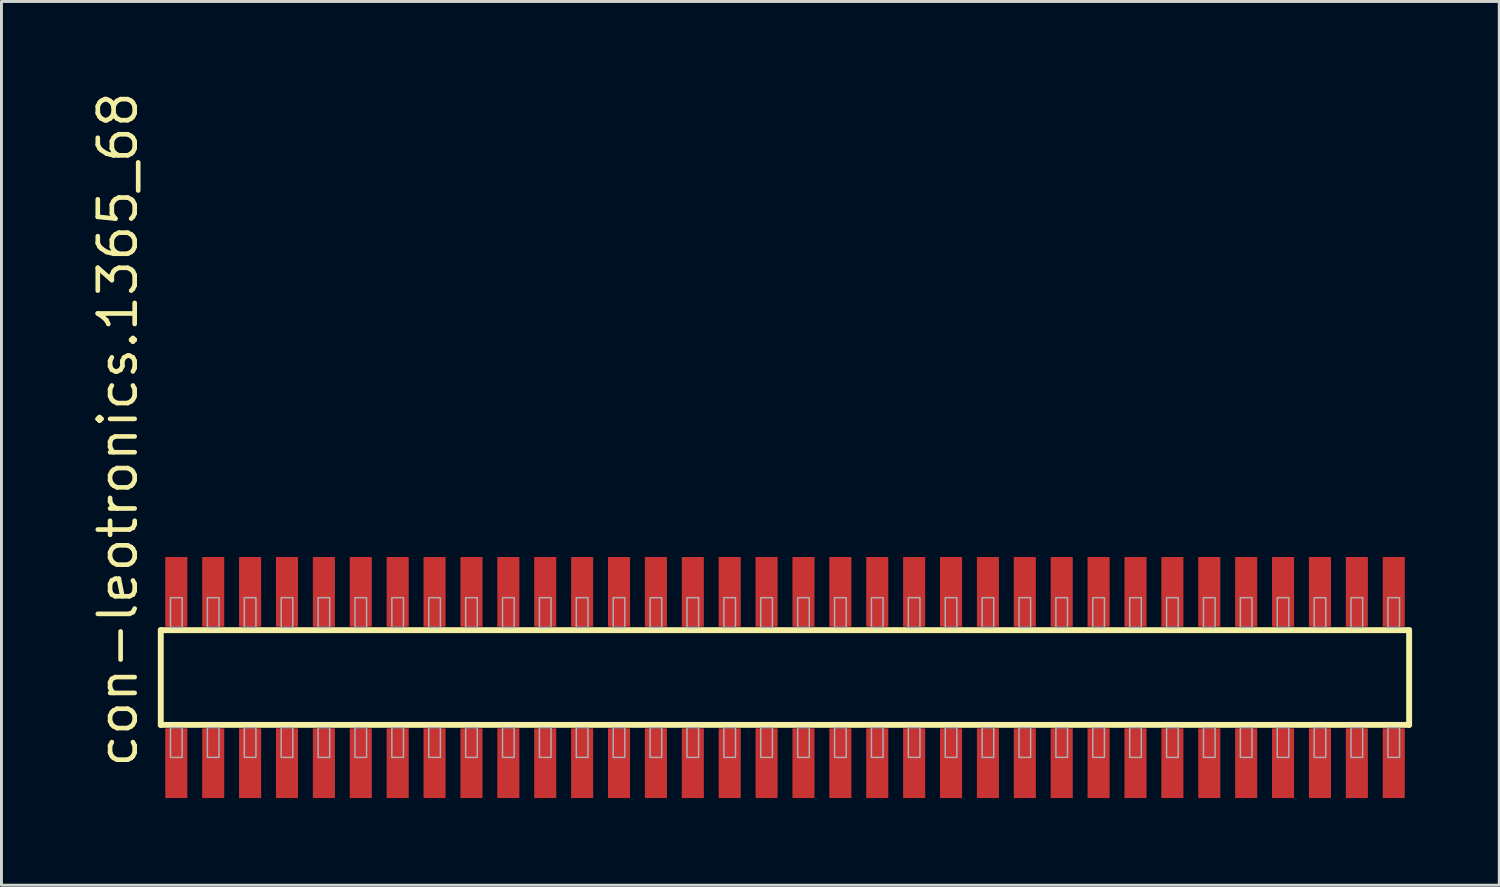
<source format=kicad_pcb>
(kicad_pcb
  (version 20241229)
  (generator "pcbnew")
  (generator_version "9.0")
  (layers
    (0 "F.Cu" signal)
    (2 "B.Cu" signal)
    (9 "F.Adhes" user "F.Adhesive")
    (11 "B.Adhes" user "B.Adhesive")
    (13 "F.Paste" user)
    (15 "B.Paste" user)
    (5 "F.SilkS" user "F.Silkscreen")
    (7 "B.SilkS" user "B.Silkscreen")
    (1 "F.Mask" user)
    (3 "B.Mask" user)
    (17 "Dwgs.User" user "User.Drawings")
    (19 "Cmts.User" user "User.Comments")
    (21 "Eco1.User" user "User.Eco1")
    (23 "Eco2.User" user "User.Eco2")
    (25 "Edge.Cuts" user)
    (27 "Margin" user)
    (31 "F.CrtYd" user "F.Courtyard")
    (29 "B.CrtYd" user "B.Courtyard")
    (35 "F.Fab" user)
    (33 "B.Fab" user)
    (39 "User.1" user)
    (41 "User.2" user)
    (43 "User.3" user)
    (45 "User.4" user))
  (footprint "con-leotronics.1365_68"
    (layer "F.Cu")
    (at 23.975 20.274)
    (property "Reference" "con-leotronics.1365_68" (at -22.225 3.175 90) (layer "F.SilkS") (effects (font (size 1.27 1.27) (thickness 0.16)) (justify left bottom)))
    (attr smd)
    (fp_line (start -21.49 -1.63) (end 21.485 -1.63) (stroke (width 0.203) (type default)) (layer "F.SilkS"))
    (fp_line (start -21.49 1.63) (end -21.49 -1.63) (stroke (width 0.203) (type default)) (layer "F.SilkS"))
    (fp_line (start 21.485 -1.63) (end 21.485 1.63) (stroke (width 0.203) (type default)) (layer "F.SilkS"))
    (fp_line (start 21.485 1.63) (end -21.49 1.63) (stroke (width 0.203) (type default)) (layer "F.SilkS"))
    (fp_rect (start -21.155 -1.725) (end -20.755 -2.75) (stroke (width 0.05) (type default)) (fill no) (layer "F.Fab"))
    (fp_rect (start -21.155 2.75) (end -20.755 1.725) (stroke (width 0.05) (type default)) (fill no) (layer "F.Fab"))
    (fp_rect (start -19.885 -1.725) (end -19.485 -2.75) (stroke (width 0.05) (type default)) (fill no) (layer "F.Fab"))
    (fp_rect (start -19.885 2.75) (end -19.485 1.725) (stroke (width 0.05) (type default)) (fill no) (layer "F.Fab"))
    (fp_rect (start -18.615 -1.725) (end -18.215 -2.75) (stroke (width 0.05) (type default)) (fill no) (layer "F.Fab"))
    (fp_rect (start -18.615 2.75) (end -18.215 1.725) (stroke (width 0.05) (type default)) (fill no) (layer "F.Fab"))
    (fp_rect (start -17.345 -1.725) (end -16.945 -2.75) (stroke (width 0.05) (type default)) (fill no) (layer "F.Fab"))
    (fp_rect (start -17.345 2.75) (end -16.945 1.725) (stroke (width 0.05) (type default)) (fill no) (layer "F.Fab"))
    (fp_rect (start -16.075 -1.725) (end -15.675 -2.75) (stroke (width 0.05) (type default)) (fill no) (layer "F.Fab"))
    (fp_rect (start -16.075 2.75) (end -15.675 1.725) (stroke (width 0.05) (type default)) (fill no) (layer "F.Fab"))
    (fp_rect (start -14.805 -1.725) (end -14.405 -2.75) (stroke (width 0.05) (type default)) (fill no) (layer "F.Fab"))
    (fp_rect (start -14.805 2.75) (end -14.405 1.725) (stroke (width 0.05) (type default)) (fill no) (layer "F.Fab"))
    (fp_rect (start -13.535 -1.725) (end -13.135 -2.75) (stroke (width 0.05) (type default)) (fill no) (layer "F.Fab"))
    (fp_rect (start -13.535 2.75) (end -13.135 1.725) (stroke (width 0.05) (type default)) (fill no) (layer "F.Fab"))
    (fp_rect (start -12.265 -1.725) (end -11.865 -2.75) (stroke (width 0.05) (type default)) (fill no) (layer "F.Fab"))
    (fp_rect (start -12.265 2.75) (end -11.865 1.725) (stroke (width 0.05) (type default)) (fill no) (layer "F.Fab"))
    (fp_rect (start -10.995 -1.725) (end -10.595 -2.75) (stroke (width 0.05) (type default)) (fill no) (layer "F.Fab"))
    (fp_rect (start -10.995 2.75) (end -10.595 1.725) (stroke (width 0.05) (type default)) (fill no) (layer "F.Fab"))
    (fp_rect (start -9.725 -1.725) (end -9.325 -2.75) (stroke (width 0.05) (type default)) (fill no) (layer "F.Fab"))
    (fp_rect (start -9.725 2.75) (end -9.325 1.725) (stroke (width 0.05) (type default)) (fill no) (layer "F.Fab"))
    (fp_rect (start -8.455 -1.725) (end -8.055 -2.75) (stroke (width 0.05) (type default)) (fill no) (layer "F.Fab"))
    (fp_rect (start -8.455 2.75) (end -8.055 1.725) (stroke (width 0.05) (type default)) (fill no) (layer "F.Fab"))
    (fp_rect (start -7.185 -1.725) (end -6.785 -2.75) (stroke (width 0.05) (type default)) (fill no) (layer "F.Fab"))
    (fp_rect (start -7.185 2.75) (end -6.785 1.725) (stroke (width 0.05) (type default)) (fill no) (layer "F.Fab"))
    (fp_rect (start -5.915 -1.725) (end -5.515 -2.75) (stroke (width 0.05) (type default)) (fill no) (layer "F.Fab"))
    (fp_rect (start -5.915 2.75) (end -5.515 1.725) (stroke (width 0.05) (type default)) (fill no) (layer "F.Fab"))
    (fp_rect (start -4.645 -1.725) (end -4.245 -2.75) (stroke (width 0.05) (type default)) (fill no) (layer "F.Fab"))
    (fp_rect (start -4.645 2.75) (end -4.245 1.725) (stroke (width 0.05) (type default)) (fill no) (layer "F.Fab"))
    (fp_rect (start -3.375 -1.725) (end -2.975 -2.75) (stroke (width 0.05) (type default)) (fill no) (layer "F.Fab"))
    (fp_rect (start -3.375 2.75) (end -2.975 1.725) (stroke (width 0.05) (type default)) (fill no) (layer "F.Fab"))
    (fp_rect (start -2.105 -1.725) (end -1.705 -2.75) (stroke (width 0.05) (type default)) (fill no) (layer "F.Fab"))
    (fp_rect (start -2.105 2.75) (end -1.705 1.725) (stroke (width 0.05) (type default)) (fill no) (layer "F.Fab"))
    (fp_rect (start -0.835 -1.725) (end -0.435 -2.75) (stroke (width 0.05) (type default)) (fill no) (layer "F.Fab"))
    (fp_rect (start -0.835 2.75) (end -0.435 1.725) (stroke (width 0.05) (type default)) (fill no) (layer "F.Fab"))
    (fp_rect (start 0.435 -1.725) (end 0.835 -2.75) (stroke (width 0.05) (type default)) (fill no) (layer "F.Fab"))
    (fp_rect (start 0.435 2.75) (end 0.835 1.725) (stroke (width 0.05) (type default)) (fill no) (layer "F.Fab"))
    (fp_rect (start 1.705 -1.725) (end 2.105 -2.75) (stroke (width 0.05) (type default)) (fill no) (layer "F.Fab"))
    (fp_rect (start 1.705 2.75) (end 2.105 1.725) (stroke (width 0.05) (type default)) (fill no) (layer "F.Fab"))
    (fp_rect (start 2.975 -1.725) (end 3.375 -2.75) (stroke (width 0.05) (type default)) (fill no) (layer "F.Fab"))
    (fp_rect (start 2.975 2.75) (end 3.375 1.725) (stroke (width 0.05) (type default)) (fill no) (layer "F.Fab"))
    (fp_rect (start 4.245 -1.725) (end 4.645 -2.75) (stroke (width 0.05) (type default)) (fill no) (layer "F.Fab"))
    (fp_rect (start 4.245 2.75) (end 4.645 1.725) (stroke (width 0.05) (type default)) (fill no) (layer "F.Fab"))
    (fp_rect (start 5.515 -1.725) (end 5.915 -2.75) (stroke (width 0.05) (type default)) (fill no) (layer "F.Fab"))
    (fp_rect (start 5.515 2.75) (end 5.915 1.725) (stroke (width 0.05) (type default)) (fill no) (layer "F.Fab"))
    (fp_rect (start 6.785 -1.725) (end 7.185 -2.75) (stroke (width 0.05) (type default)) (fill no) (layer "F.Fab"))
    (fp_rect (start 6.785 2.75) (end 7.185 1.725) (stroke (width 0.05) (type default)) (fill no) (layer "F.Fab"))
    (fp_rect (start 8.055 -1.725) (end 8.455 -2.75) (stroke (width 0.05) (type default)) (fill no) (layer "F.Fab"))
    (fp_rect (start 8.055 2.75) (end 8.455 1.725) (stroke (width 0.05) (type default)) (fill no) (layer "F.Fab"))
    (fp_rect (start 9.325 -1.725) (end 9.725 -2.75) (stroke (width 0.05) (type default)) (fill no) (layer "F.Fab"))
    (fp_rect (start 9.325 2.75) (end 9.725 1.725) (stroke (width 0.05) (type default)) (fill no) (layer "F.Fab"))
    (fp_rect (start 10.595 -1.725) (end 10.995 -2.75) (stroke (width 0.05) (type default)) (fill no) (layer "F.Fab"))
    (fp_rect (start 10.595 2.75) (end 10.995 1.725) (stroke (width 0.05) (type default)) (fill no) (layer "F.Fab"))
    (fp_rect (start 11.865 -1.725) (end 12.265 -2.75) (stroke (width 0.05) (type default)) (fill no) (layer "F.Fab"))
    (fp_rect (start 11.865 2.75) (end 12.265 1.725) (stroke (width 0.05) (type default)) (fill no) (layer "F.Fab"))
    (fp_rect (start 13.135 -1.725) (end 13.535 -2.75) (stroke (width 0.05) (type default)) (fill no) (layer "F.Fab"))
    (fp_rect (start 13.135 2.75) (end 13.535 1.725) (stroke (width 0.05) (type default)) (fill no) (layer "F.Fab"))
    (fp_rect (start 14.405 -1.725) (end 14.805 -2.75) (stroke (width 0.05) (type default)) (fill no) (layer "F.Fab"))
    (fp_rect (start 14.405 2.75) (end 14.805 1.725) (stroke (width 0.05) (type default)) (fill no) (layer "F.Fab"))
    (fp_rect (start 15.675 -1.725) (end 16.075 -2.75) (stroke (width 0.05) (type default)) (fill no) (layer "F.Fab"))
    (fp_rect (start 15.675 2.75) (end 16.075 1.725) (stroke (width 0.05) (type default)) (fill no) (layer "F.Fab"))
    (fp_rect (start 16.945 -1.725) (end 17.345 -2.75) (stroke (width 0.05) (type default)) (fill no) (layer "F.Fab"))
    (fp_rect (start 16.945 2.75) (end 17.345 1.725) (stroke (width 0.05) (type default)) (fill no) (layer "F.Fab"))
    (fp_rect (start 18.215 -1.725) (end 18.615 -2.75) (stroke (width 0.05) (type default)) (fill no) (layer "F.Fab"))
    (fp_rect (start 18.215 2.75) (end 18.615 1.725) (stroke (width 0.05) (type default)) (fill no) (layer "F.Fab"))
    (fp_rect (start 19.485 -1.725) (end 19.885 -2.75) (stroke (width 0.05) (type default)) (fill no) (layer "F.Fab"))
    (fp_rect (start 19.485 2.75) (end 19.885 1.725) (stroke (width 0.05) (type default)) (fill no) (layer "F.Fab"))
    (fp_rect (start 20.755 -1.725) (end 21.155 -2.75) (stroke (width 0.05) (type default)) (fill no) (layer "F.Fab"))
    (fp_rect (start 20.755 2.75) (end 21.155 1.725) (stroke (width 0.05) (type default)) (fill no) (layer "F.Fab"))
    (pad "1" smd roundrect (at -20.955 2.95) (size 0.76 2.4) (layers "F.Cu" "F.Mask" "F.Paste") (roundrect_rratio 0.01))
    (pad "2" smd roundrect (at -20.955 -2.95) (size 0.76 2.4) (layers "F.Cu" "F.Mask" "F.Paste") (roundrect_rratio 0.01))
    (pad "3" smd roundrect (at -19.685 2.95) (size 0.76 2.4) (layers "F.Cu" "F.Mask" "F.Paste") (roundrect_rratio 0.01))
    (pad "4" smd roundrect (at -19.685 -2.95) (size 0.76 2.4) (layers "F.Cu" "F.Mask" "F.Paste") (roundrect_rratio 0.01))
    (pad "5" smd roundrect (at -18.415 2.95) (size 0.76 2.4) (layers "F.Cu" "F.Mask" "F.Paste") (roundrect_rratio 0.01))
    (pad "6" smd roundrect (at -18.415 -2.95) (size 0.76 2.4) (layers "F.Cu" "F.Mask" "F.Paste") (roundrect_rratio 0.01))
    (pad "7" smd roundrect (at -17.145 2.95) (size 0.76 2.4) (layers "F.Cu" "F.Mask" "F.Paste") (roundrect_rratio 0.01))
    (pad "8" smd roundrect (at -17.145 -2.95) (size 0.76 2.4) (layers "F.Cu" "F.Mask" "F.Paste") (roundrect_rratio 0.01))
    (pad "9" smd roundrect (at -15.875 2.95) (size 0.76 2.4) (layers "F.Cu" "F.Mask" "F.Paste") (roundrect_rratio 0.01))
    (pad "10" smd roundrect (at -15.875 -2.95) (size 0.76 2.4) (layers "F.Cu" "F.Mask" "F.Paste") (roundrect_rratio 0.01))
    (pad "11" smd roundrect (at -14.605 2.95) (size 0.76 2.4) (layers "F.Cu" "F.Mask" "F.Paste") (roundrect_rratio 0.01))
    (pad "12" smd roundrect (at -14.605 -2.95) (size 0.76 2.4) (layers "F.Cu" "F.Mask" "F.Paste") (roundrect_rratio 0.01))
    (pad "13" smd roundrect (at -13.335 2.95) (size 0.76 2.4) (layers "F.Cu" "F.Mask" "F.Paste") (roundrect_rratio 0.01))
    (pad "14" smd roundrect (at -13.335 -2.95) (size 0.76 2.4) (layers "F.Cu" "F.Mask" "F.Paste") (roundrect_rratio 0.01))
    (pad "15" smd roundrect (at -12.065 2.95) (size 0.76 2.4) (layers "F.Cu" "F.Mask" "F.Paste") (roundrect_rratio 0.01))
    (pad "16" smd roundrect (at -12.065 -2.95) (size 0.76 2.4) (layers "F.Cu" "F.Mask" "F.Paste") (roundrect_rratio 0.01))
    (pad "17" smd roundrect (at -10.795 2.95) (size 0.76 2.4) (layers "F.Cu" "F.Mask" "F.Paste") (roundrect_rratio 0.01))
    (pad "18" smd roundrect (at -10.795 -2.95) (size 0.76 2.4) (layers "F.Cu" "F.Mask" "F.Paste") (roundrect_rratio 0.01))
    (pad "19" smd roundrect (at -9.525 2.95) (size 0.76 2.4) (layers "F.Cu" "F.Mask" "F.Paste") (roundrect_rratio 0.01))
    (pad "20" smd roundrect (at -9.525 -2.95) (size 0.76 2.4) (layers "F.Cu" "F.Mask" "F.Paste") (roundrect_rratio 0.01))
    (pad "21" smd roundrect (at -8.255 2.95) (size 0.76 2.4) (layers "F.Cu" "F.Mask" "F.Paste") (roundrect_rratio 0.01))
    (pad "22" smd roundrect (at -8.255 -2.95) (size 0.76 2.4) (layers "F.Cu" "F.Mask" "F.Paste") (roundrect_rratio 0.01))
    (pad "23" smd roundrect (at -6.985 2.95) (size 0.76 2.4) (layers "F.Cu" "F.Mask" "F.Paste") (roundrect_rratio 0.01))
    (pad "24" smd roundrect (at -6.985 -2.95) (size 0.76 2.4) (layers "F.Cu" "F.Mask" "F.Paste") (roundrect_rratio 0.01))
    (pad "25" smd roundrect (at -5.715 2.95) (size 0.76 2.4) (layers "F.Cu" "F.Mask" "F.Paste") (roundrect_rratio 0.01))
    (pad "26" smd roundrect (at -5.715 -2.95) (size 0.76 2.4) (layers "F.Cu" "F.Mask" "F.Paste") (roundrect_rratio 0.01))
    (pad "27" smd roundrect (at -4.445 2.95) (size 0.76 2.4) (layers "F.Cu" "F.Mask" "F.Paste") (roundrect_rratio 0.01))
    (pad "28" smd roundrect (at -4.445 -2.95) (size 0.76 2.4) (layers "F.Cu" "F.Mask" "F.Paste") (roundrect_rratio 0.01))
    (pad "29" smd roundrect (at -3.175 2.95) (size 0.76 2.4) (layers "F.Cu" "F.Mask" "F.Paste") (roundrect_rratio 0.01))
    (pad "30" smd roundrect (at -3.175 -2.95) (size 0.76 2.4) (layers "F.Cu" "F.Mask" "F.Paste") (roundrect_rratio 0.01))
    (pad "31" smd roundrect (at -1.905 2.95) (size 0.76 2.4) (layers "F.Cu" "F.Mask" "F.Paste") (roundrect_rratio 0.01))
    (pad "32" smd roundrect (at -1.905 -2.95) (size 0.76 2.4) (layers "F.Cu" "F.Mask" "F.Paste") (roundrect_rratio 0.01))
    (pad "33" smd roundrect (at -0.635 2.95) (size 0.76 2.4) (layers "F.Cu" "F.Mask" "F.Paste") (roundrect_rratio 0.01))
    (pad "34" smd roundrect (at -0.635 -2.95) (size 0.76 2.4) (layers "F.Cu" "F.Mask" "F.Paste") (roundrect_rratio 0.01))
    (pad "35" smd roundrect (at 0.635 2.95) (size 0.76 2.4) (layers "F.Cu" "F.Mask" "F.Paste") (roundrect_rratio 0.01))
    (pad "36" smd roundrect (at 0.635 -2.95) (size 0.76 2.4) (layers "F.Cu" "F.Mask" "F.Paste") (roundrect_rratio 0.01))
    (pad "37" smd roundrect (at 1.905 2.95) (size 0.76 2.4) (layers "F.Cu" "F.Mask" "F.Paste") (roundrect_rratio 0.01))
    (pad "38" smd roundrect (at 1.905 -2.95) (size 0.76 2.4) (layers "F.Cu" "F.Mask" "F.Paste") (roundrect_rratio 0.01))
    (pad "39" smd roundrect (at 3.175 2.95) (size 0.76 2.4) (layers "F.Cu" "F.Mask" "F.Paste") (roundrect_rratio 0.01))
    (pad "40" smd roundrect (at 3.175 -2.95) (size 0.76 2.4) (layers "F.Cu" "F.Mask" "F.Paste") (roundrect_rratio 0.01))
    (pad "41" smd roundrect (at 4.445 2.95) (size 0.76 2.4) (layers "F.Cu" "F.Mask" "F.Paste") (roundrect_rratio 0.01))
    (pad "42" smd roundrect (at 4.445 -2.95) (size 0.76 2.4) (layers "F.Cu" "F.Mask" "F.Paste") (roundrect_rratio 0.01))
    (pad "43" smd roundrect (at 5.715 2.95) (size 0.76 2.4) (layers "F.Cu" "F.Mask" "F.Paste") (roundrect_rratio 0.01))
    (pad "44" smd roundrect (at 5.715 -2.95) (size 0.76 2.4) (layers "F.Cu" "F.Mask" "F.Paste") (roundrect_rratio 0.01))
    (pad "45" smd roundrect (at 6.985 2.95) (size 0.76 2.4) (layers "F.Cu" "F.Mask" "F.Paste") (roundrect_rratio 0.01))
    (pad "46" smd roundrect (at 6.985 -2.95) (size 0.76 2.4) (layers "F.Cu" "F.Mask" "F.Paste") (roundrect_rratio 0.01))
    (pad "47" smd roundrect (at 8.255 2.95) (size 0.76 2.4) (layers "F.Cu" "F.Mask" "F.Paste") (roundrect_rratio 0.01))
    (pad "48" smd roundrect (at 8.255 -2.95) (size 0.76 2.4) (layers "F.Cu" "F.Mask" "F.Paste") (roundrect_rratio 0.01))
    (pad "49" smd roundrect (at 9.525 2.95) (size 0.76 2.4) (layers "F.Cu" "F.Mask" "F.Paste") (roundrect_rratio 0.01))
    (pad "50" smd roundrect (at 9.525 -2.95) (size 0.76 2.4) (layers "F.Cu" "F.Mask" "F.Paste") (roundrect_rratio 0.01))
    (pad "51" smd roundrect (at 10.795 2.95) (size 0.76 2.4) (layers "F.Cu" "F.Mask" "F.Paste") (roundrect_rratio 0.01))
    (pad "52" smd roundrect (at 10.795 -2.95) (size 0.76 2.4) (layers "F.Cu" "F.Mask" "F.Paste") (roundrect_rratio 0.01))
    (pad "53" smd roundrect (at 12.065 2.95) (size 0.76 2.4) (layers "F.Cu" "F.Mask" "F.Paste") (roundrect_rratio 0.01))
    (pad "54" smd roundrect (at 12.065 -2.95) (size 0.76 2.4) (layers "F.Cu" "F.Mask" "F.Paste") (roundrect_rratio 0.01))
    (pad "55" smd roundrect (at 13.335 2.95) (size 0.76 2.4) (layers "F.Cu" "F.Mask" "F.Paste") (roundrect_rratio 0.01))
    (pad "56" smd roundrect (at 13.335 -2.95) (size 0.76 2.4) (layers "F.Cu" "F.Mask" "F.Paste") (roundrect_rratio 0.01))
    (pad "57" smd roundrect (at 14.605 2.95) (size 0.76 2.4) (layers "F.Cu" "F.Mask" "F.Paste") (roundrect_rratio 0.01))
    (pad "58" smd roundrect (at 14.605 -2.95) (size 0.76 2.4) (layers "F.Cu" "F.Mask" "F.Paste") (roundrect_rratio 0.01))
    (pad "59" smd roundrect (at 15.875 2.95) (size 0.76 2.4) (layers "F.Cu" "F.Mask" "F.Paste") (roundrect_rratio 0.01))
    (pad "60" smd roundrect (at 15.875 -2.95) (size 0.76 2.4) (layers "F.Cu" "F.Mask" "F.Paste") (roundrect_rratio 0.01))
    (pad "61" smd roundrect (at 17.145 2.95) (size 0.76 2.4) (layers "F.Cu" "F.Mask" "F.Paste") (roundrect_rratio 0.01))
    (pad "62" smd roundrect (at 17.145 -2.95) (size 0.76 2.4) (layers "F.Cu" "F.Mask" "F.Paste") (roundrect_rratio 0.01))
    (pad "63" smd roundrect (at 18.415 2.95) (size 0.76 2.4) (layers "F.Cu" "F.Mask" "F.Paste") (roundrect_rratio 0.01))
    (pad "64" smd roundrect (at 18.415 -2.95) (size 0.76 2.4) (layers "F.Cu" "F.Mask" "F.Paste") (roundrect_rratio 0.01))
    (pad "65" smd roundrect (at 19.685 2.95) (size 0.76 2.4) (layers "F.Cu" "F.Mask" "F.Paste") (roundrect_rratio 0.01))
    (pad "66" smd roundrect (at 19.685 -2.95) (size 0.76 2.4) (layers "F.Cu" "F.Mask" "F.Paste") (roundrect_rratio 0.01))
    (pad "67" smd roundrect (at 20.955 2.95) (size 0.76 2.4) (layers "F.Cu" "F.Mask" "F.Paste") (roundrect_rratio 0.01))
    (pad "68" smd roundrect (at 20.955 -2.95) (size 0.76 2.4) (layers "F.Cu" "F.Mask" "F.Paste") (roundrect_rratio 0.01)))
  (gr_rect
    (start -3 -3)
    (end 48.562 27.424)
    (stroke (width 0.1) (type default))
    (fill no)
    (layer "Edge.Cuts")))
</source>
